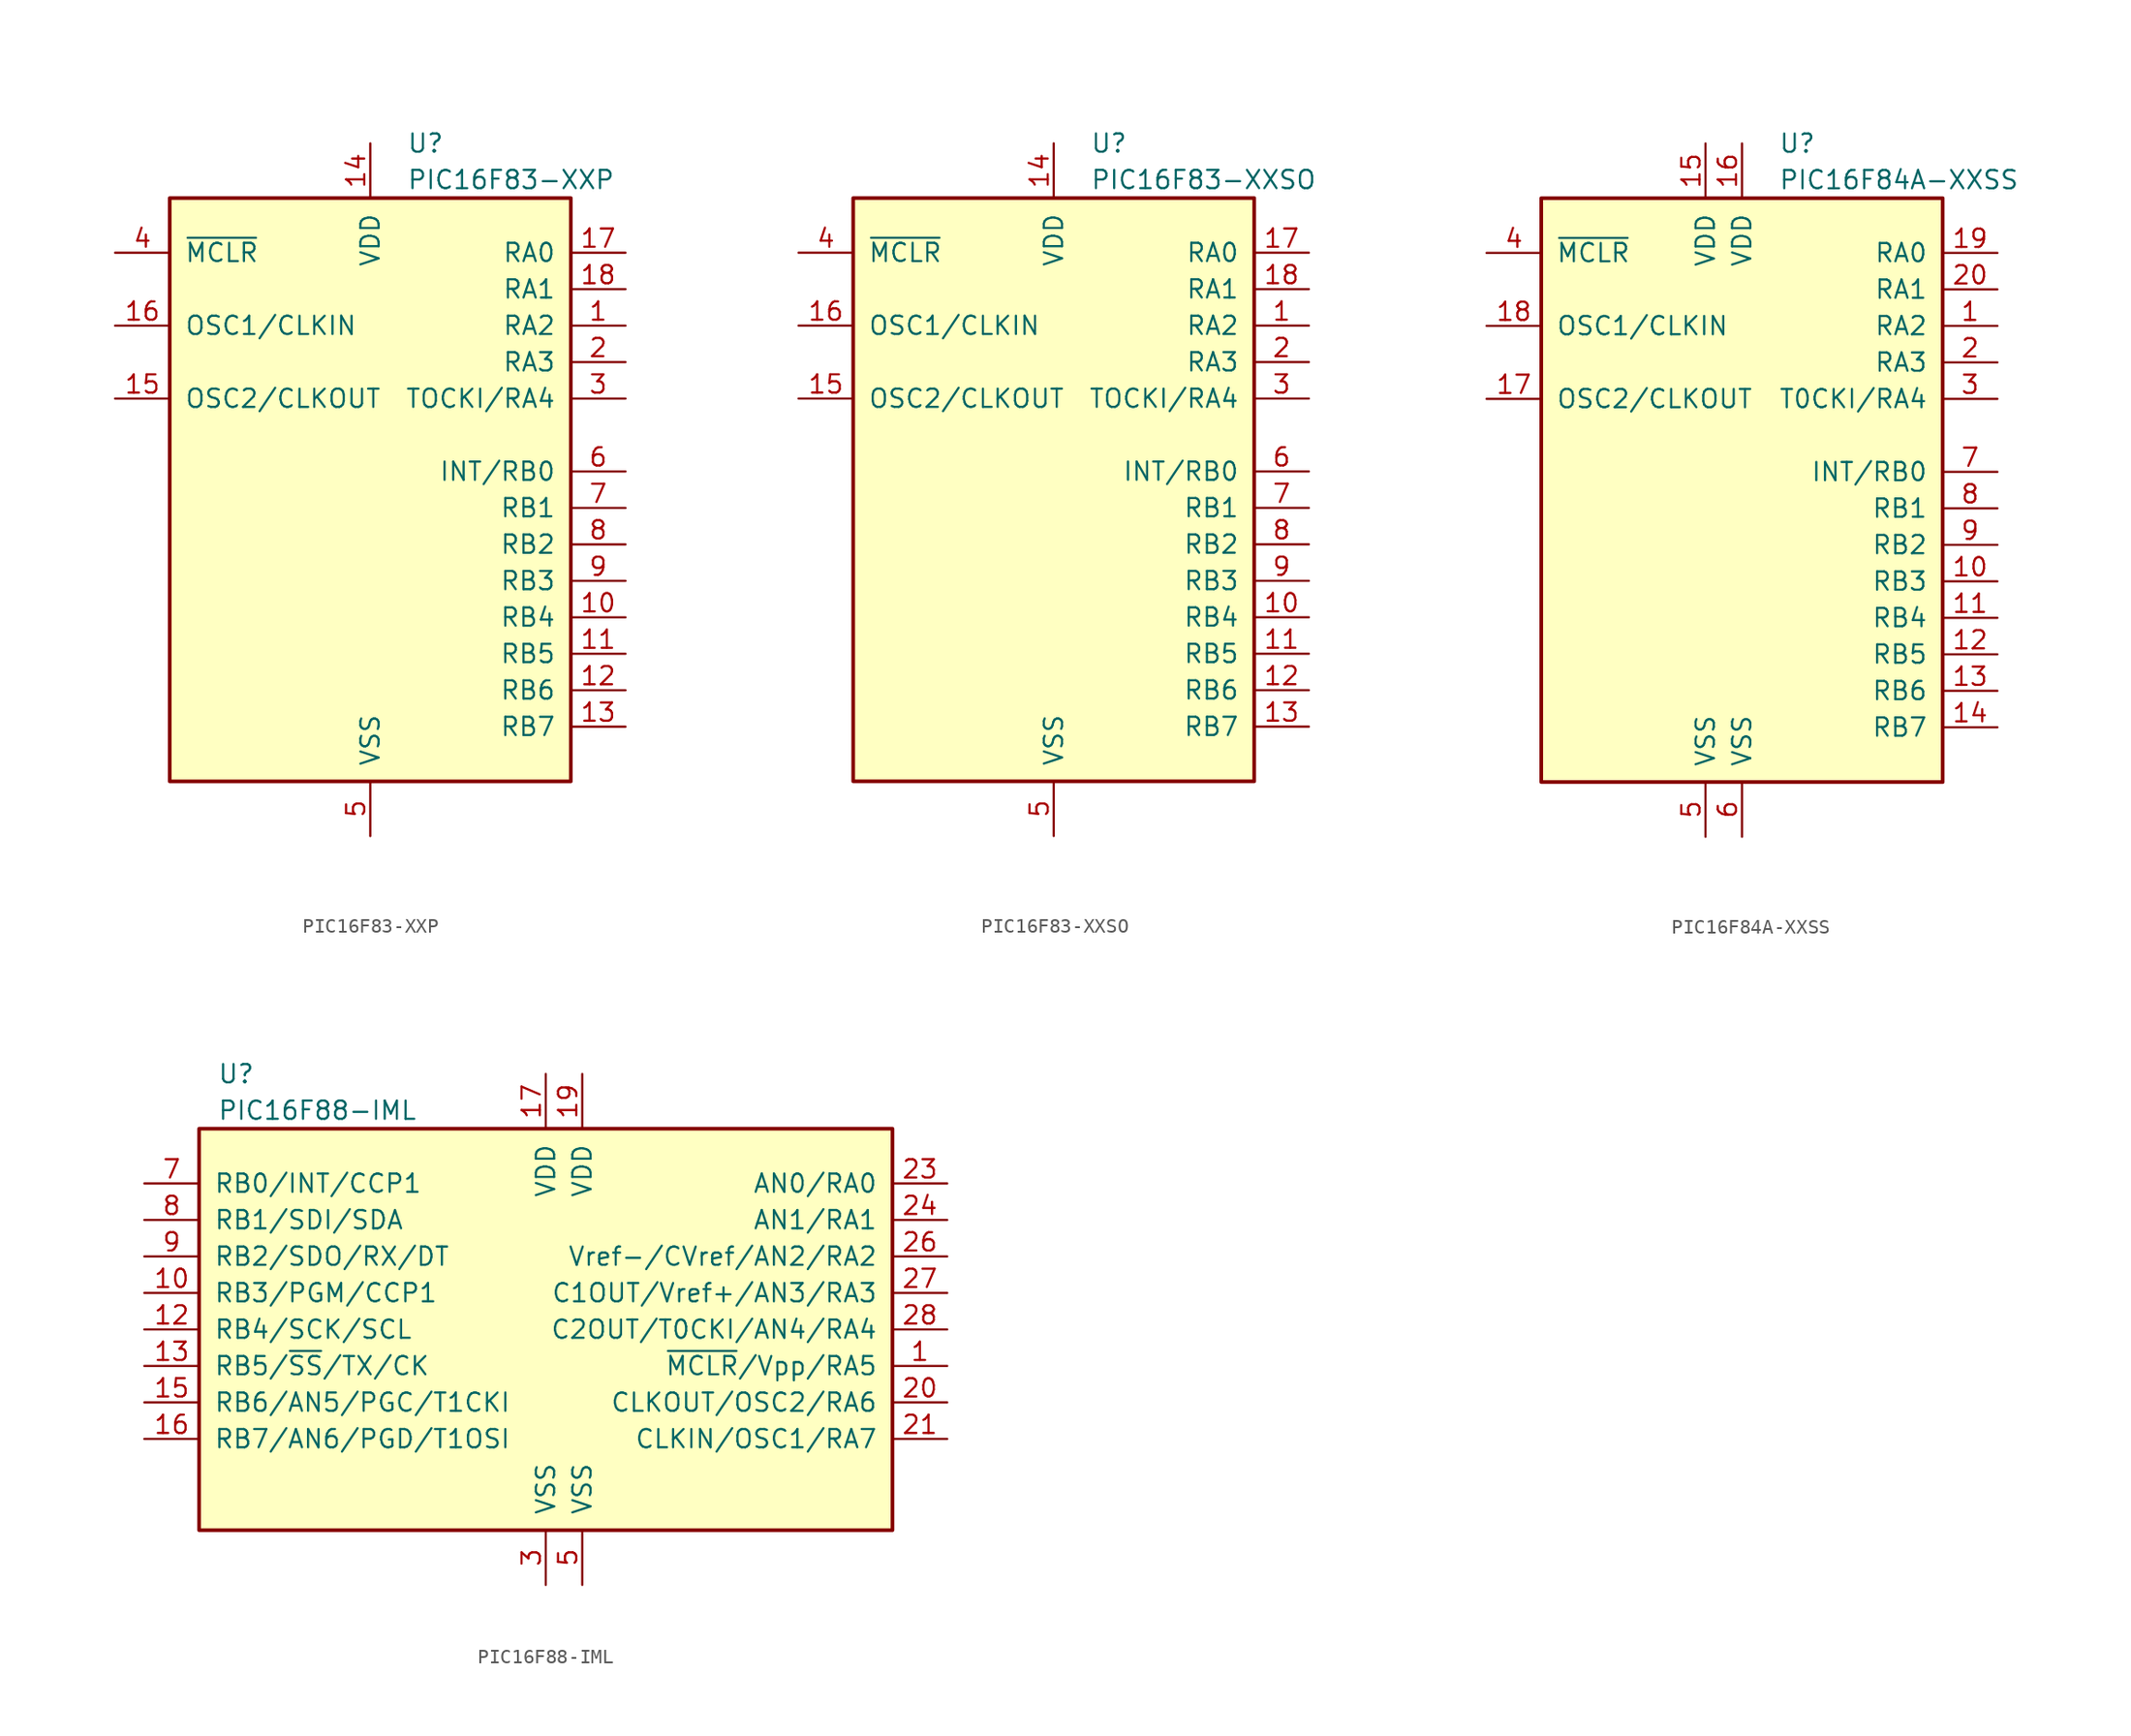
<source format=kicad_sym>
(kicad_symbol_lib
  (version 20211014)
  (generator kicad_symbol_editor)
  (symbol "PIC16F83-XXP"
    (pin_names
      (offset 1.016))
    (property "Reference" "U"
      (at 2.54 22.86 0)
      (effects (font (size 1.27 1.27)) (justify left)))
    (property "Value" "PIC16F83-XXP"
      (at 2.54 20.32 0)
      (effects (font (size 1.27 1.27)) (justify left)))
    (symbol "PIC16F83-XXP_0_1"
      (rectangle (start -13.97 19.05) (end 13.97 -21.59) (stroke (width 0.254) (type default) (color 0 0 0 0)) (fill (type background))))
    (symbol "PIC16F83-XXP_1_1"
      (pin bidirectional line (at 17.78 10.16 180) (length 3.81) (name "RA2" (effects (font (size 1.27 1.27)))) (number "1" (effects (font (size 1.27 1.27)))))
      (pin bidirectional line (at 17.78 -10.16 180) (length 3.81) (name "RB4" (effects (font (size 1.27 1.27)))) (number "10" (effects (font (size 1.27 1.27)))))
      (pin bidirectional line (at 17.78 -12.7 180) (length 3.81) (name "RB5" (effects (font (size 1.27 1.27)))) (number "11" (effects (font (size 1.27 1.27)))))
      (pin bidirectional line (at 17.78 -15.24 180) (length 3.81) (name "RB6" (effects (font (size 1.27 1.27)))) (number "12" (effects (font (size 1.27 1.27)))))
      (pin bidirectional line (at 17.78 -17.78 180) (length 3.81) (name "RB7" (effects (font (size 1.27 1.27)))) (number "13" (effects (font (size 1.27 1.27)))))
      (pin power_in line (at 0 22.86 270) (length 3.81) (name "VDD" (effects (font (size 1.27 1.27)))) (number "14" (effects (font (size 1.27 1.27)))))
      (pin output line (at -17.78 5.08 0) (length 3.81) (name "OSC2/CLKOUT" (effects (font (size 1.27 1.27)))) (number "15" (effects (font (size 1.27 1.27)))))
      (pin input line (at -17.78 10.16 0) (length 3.81) (name "OSC1/CLKIN" (effects (font (size 1.27 1.27)))) (number "16" (effects (font (size 1.27 1.27)))))
      (pin bidirectional line (at 17.78 15.24 180) (length 3.81) (name "RA0" (effects (font (size 1.27 1.27)))) (number "17" (effects (font (size 1.27 1.27)))))
      (pin bidirectional line (at 17.78 12.7 180) (length 3.81) (name "RA1" (effects (font (size 1.27 1.27)))) (number "18" (effects (font (size 1.27 1.27)))))
      (pin bidirectional line (at 17.78 7.62 180) (length 3.81) (name "RA3" (effects (font (size 1.27 1.27)))) (number "2" (effects (font (size 1.27 1.27)))))
      (pin bidirectional line (at 17.78 5.08 180) (length 3.81) (name "TOCKI/RA4" (effects (font (size 1.27 1.27)))) (number "3" (effects (font (size 1.27 1.27)))))
      (pin input line (at -17.78 15.24 0) (length 3.81) (name "~{MCLR}" (effects (font (size 1.27 1.27)))) (number "4" (effects (font (size 1.27 1.27)))))
      (pin power_in line (at 0 -25.4 90) (length 3.81) (name "VSS" (effects (font (size 1.27 1.27)))) (number "5" (effects (font (size 1.27 1.27)))))
      (pin bidirectional line (at 17.78 0 180) (length 3.81) (name "INT/RB0" (effects (font (size 1.27 1.27)))) (number "6" (effects (font (size 1.27 1.27)))))
      (pin bidirectional line (at 17.78 -2.54 180) (length 3.81) (name "RB1" (effects (font (size 1.27 1.27)))) (number "7" (effects (font (size 1.27 1.27)))))
      (pin bidirectional line (at 17.78 -5.08 180) (length 3.81) (name "RB2" (effects (font (size 1.27 1.27)))) (number "8" (effects (font (size 1.27 1.27)))))
      (pin bidirectional line (at 17.78 -7.62 180) (length 3.81) (name "RB3" (effects (font (size 1.27 1.27)))) (number "9" (effects (font (size 1.27 1.27)))))))
  (symbol "PIC16F83-XXSO"
    (pin_names
      (offset 1.016))
    (property "Reference" "U"
      (at 2.54 22.86 0)
      (effects (font (size 1.27 1.27)) (justify left)))
    (property "Value" "PIC16F83-XXSO"
      (at 2.54 20.32 0)
      (effects (font (size 1.27 1.27)) (justify left)))
    (symbol "PIC16F83-XXSO_0_1"
      (rectangle (start -13.97 19.05) (end 13.97 -21.59) (stroke (width 0.254) (type default) (color 0 0 0 0)) (fill (type background))))
    (symbol "PIC16F83-XXSO_1_1"
      (pin bidirectional line (at 17.78 10.16 180) (length 3.81) (name "RA2" (effects (font (size 1.27 1.27)))) (number "1" (effects (font (size 1.27 1.27)))))
      (pin bidirectional line (at 17.78 -10.16 180) (length 3.81) (name "RB4" (effects (font (size 1.27 1.27)))) (number "10" (effects (font (size 1.27 1.27)))))
      (pin bidirectional line (at 17.78 -12.7 180) (length 3.81) (name "RB5" (effects (font (size 1.27 1.27)))) (number "11" (effects (font (size 1.27 1.27)))))
      (pin bidirectional line (at 17.78 -15.24 180) (length 3.81) (name "RB6" (effects (font (size 1.27 1.27)))) (number "12" (effects (font (size 1.27 1.27)))))
      (pin bidirectional line (at 17.78 -17.78 180) (length 3.81) (name "RB7" (effects (font (size 1.27 1.27)))) (number "13" (effects (font (size 1.27 1.27)))))
      (pin power_in line (at 0 22.86 270) (length 3.81) (name "VDD" (effects (font (size 1.27 1.27)))) (number "14" (effects (font (size 1.27 1.27)))))
      (pin output line (at -17.78 5.08 0) (length 3.81) (name "OSC2/CLKOUT" (effects (font (size 1.27 1.27)))) (number "15" (effects (font (size 1.27 1.27)))))
      (pin input line (at -17.78 10.16 0) (length 3.81) (name "OSC1/CLKIN" (effects (font (size 1.27 1.27)))) (number "16" (effects (font (size 1.27 1.27)))))
      (pin bidirectional line (at 17.78 15.24 180) (length 3.81) (name "RA0" (effects (font (size 1.27 1.27)))) (number "17" (effects (font (size 1.27 1.27)))))
      (pin bidirectional line (at 17.78 12.7 180) (length 3.81) (name "RA1" (effects (font (size 1.27 1.27)))) (number "18" (effects (font (size 1.27 1.27)))))
      (pin bidirectional line (at 17.78 7.62 180) (length 3.81) (name "RA3" (effects (font (size 1.27 1.27)))) (number "2" (effects (font (size 1.27 1.27)))))
      (pin bidirectional line (at 17.78 5.08 180) (length 3.81) (name "TOCKI/RA4" (effects (font (size 1.27 1.27)))) (number "3" (effects (font (size 1.27 1.27)))))
      (pin input line (at -17.78 15.24 0) (length 3.81) (name "~{MCLR}" (effects (font (size 1.27 1.27)))) (number "4" (effects (font (size 1.27 1.27)))))
      (pin power_in line (at 0 -25.4 90) (length 3.81) (name "VSS" (effects (font (size 1.27 1.27)))) (number "5" (effects (font (size 1.27 1.27)))))
      (pin bidirectional line (at 17.78 0 180) (length 3.81) (name "INT/RB0" (effects (font (size 1.27 1.27)))) (number "6" (effects (font (size 1.27 1.27)))))
      (pin bidirectional line (at 17.78 -2.54 180) (length 3.81) (name "RB1" (effects (font (size 1.27 1.27)))) (number "7" (effects (font (size 1.27 1.27)))))
      (pin bidirectional line (at 17.78 -5.08 180) (length 3.81) (name "RB2" (effects (font (size 1.27 1.27)))) (number "8" (effects (font (size 1.27 1.27)))))
      (pin bidirectional line (at 17.78 -7.62 180) (length 3.81) (name "RB3" (effects (font (size 1.27 1.27)))) (number "9" (effects (font (size 1.27 1.27)))))))
  (symbol "PIC16F84A-XXSS"
    (pin_names
      (offset 1.016))
    (property "Reference" "U"
      (at 2.54 22.86 0)
      (effects (font (size 1.27 1.27)) (justify left)))
    (property "Value" "PIC16F84A-XXSS"
      (at 2.54 20.32 0)
      (effects (font (size 1.27 1.27)) (justify left)))
    (symbol "PIC16F84A-XXSS_0_1"
      (rectangle (start -13.97 19.05) (end 13.97 -21.59) (stroke (width 0.254) (type default) (color 0 0 0 0)) (fill (type background))))
    (symbol "PIC16F84A-XXSS_1_1"
      (pin bidirectional line (at 17.78 10.16 180) (length 3.81) (name "RA2" (effects (font (size 1.27 1.27)))) (number "1" (effects (font (size 1.27 1.27)))))
      (pin bidirectional line (at 17.78 -7.62 180) (length 3.81) (name "RB3" (effects (font (size 1.27 1.27)))) (number "10" (effects (font (size 1.27 1.27)))))
      (pin bidirectional line (at 17.78 -10.16 180) (length 3.81) (name "RB4" (effects (font (size 1.27 1.27)))) (number "11" (effects (font (size 1.27 1.27)))))
      (pin bidirectional line (at 17.78 -12.7 180) (length 3.81) (name "RB5" (effects (font (size 1.27 1.27)))) (number "12" (effects (font (size 1.27 1.27)))))
      (pin bidirectional line (at 17.78 -15.24 180) (length 3.81) (name "RB6" (effects (font (size 1.27 1.27)))) (number "13" (effects (font (size 1.27 1.27)))))
      (pin bidirectional line (at 17.78 -17.78 180) (length 3.81) (name "RB7" (effects (font (size 1.27 1.27)))) (number "14" (effects (font (size 1.27 1.27)))))
      (pin power_in line (at -2.54 22.86 270) (length 3.81) (name "VDD" (effects (font (size 1.27 1.27)))) (number "15" (effects (font (size 1.27 1.27)))))
      (pin power_in line (at 0 22.86 270) (length 3.81) (name "VDD" (effects (font (size 1.27 1.27)))) (number "16" (effects (font (size 1.27 1.27)))))
      (pin output line (at -17.78 5.08 0) (length 3.81) (name "OSC2/CLKOUT" (effects (font (size 1.27 1.27)))) (number "17" (effects (font (size 1.27 1.27)))))
      (pin input line (at -17.78 10.16 0) (length 3.81) (name "OSC1/CLKIN" (effects (font (size 1.27 1.27)))) (number "18" (effects (font (size 1.27 1.27)))))
      (pin bidirectional line (at 17.78 15.24 180) (length 3.81) (name "RA0" (effects (font (size 1.27 1.27)))) (number "19" (effects (font (size 1.27 1.27)))))
      (pin bidirectional line (at 17.78 7.62 180) (length 3.81) (name "RA3" (effects (font (size 1.27 1.27)))) (number "2" (effects (font (size 1.27 1.27)))))
      (pin bidirectional line (at 17.78 12.7 180) (length 3.81) (name "RA1" (effects (font (size 1.27 1.27)))) (number "20" (effects (font (size 1.27 1.27)))))
      (pin bidirectional line (at 17.78 5.08 180) (length 3.81) (name "T0CKI/RA4" (effects (font (size 1.27 1.27)))) (number "3" (effects (font (size 1.27 1.27)))))
      (pin input line (at -17.78 15.24 0) (length 3.81) (name "~{MCLR}" (effects (font (size 1.27 1.27)))) (number "4" (effects (font (size 1.27 1.27)))))
      (pin power_in line (at -2.54 -25.4 90) (length 3.81) (name "VSS" (effects (font (size 1.27 1.27)))) (number "5" (effects (font (size 1.27 1.27)))))
      (pin power_in line (at 0 -25.4 90) (length 3.81) (name "VSS" (effects (font (size 1.27 1.27)))) (number "6" (effects (font (size 1.27 1.27)))))
      (pin bidirectional line (at 17.78 0 180) (length 3.81) (name "INT/RB0" (effects (font (size 1.27 1.27)))) (number "7" (effects (font (size 1.27 1.27)))))
      (pin bidirectional line (at 17.78 -2.54 180) (length 3.81) (name "RB1" (effects (font (size 1.27 1.27)))) (number "8" (effects (font (size 1.27 1.27)))))
      (pin bidirectional line (at 17.78 -5.08 180) (length 3.81) (name "RB2" (effects (font (size 1.27 1.27)))) (number "9" (effects (font (size 1.27 1.27)))))))
  (symbol "PIC16F88-IML"
    (pin_names
      (offset 1.016))
    (property "Reference" "U"
      (at -22.86 17.78 0)
      (effects (font (size 1.27 1.27)) (justify left)))
    (property "Value" "PIC16F88-IML"
      (at -22.86 15.24 0)
      (effects (font (size 1.27 1.27)) (justify left)))
    (symbol "PIC16F88-IML_0_1"
      (rectangle (start 24.13 13.97) (end -24.13 -13.97) (stroke (width 0.254) (type default) (color 0 0 0 0)) (fill (type background))))
    (symbol "PIC16F88-IML_1_1"
      (pin input line (at 27.94 -2.54 180) (length 3.81) (name "~{MCLR}/Vpp/RA5" (effects (font (size 1.27 1.27)))) (number "1" (effects (font (size 1.27 1.27)))))
      (pin bidirectional line (at -27.94 2.54 0) (length 3.81) (name "RB3/PGM/CCP1" (effects (font (size 1.27 1.27)))) (number "10" (effects (font (size 1.27 1.27)))))
      (pin bidirectional line (at -27.94 0 0) (length 3.81) (name "RB4/SCK/SCL" (effects (font (size 1.27 1.27)))) (number "12" (effects (font (size 1.27 1.27)))))
      (pin bidirectional line (at -27.94 -2.54 0) (length 3.81) (name "RB5/~{SS}/TX/CK" (effects (font (size 1.27 1.27)))) (number "13" (effects (font (size 1.27 1.27)))))
      (pin bidirectional line (at -27.94 -5.08 0) (length 3.81) (name "RB6/AN5/PGC/T1CKI" (effects (font (size 1.27 1.27)))) (number "15" (effects (font (size 1.27 1.27)))))
      (pin bidirectional line (at -27.94 -7.62 0) (length 3.81) (name "RB7/AN6/PGD/T1OSI" (effects (font (size 1.27 1.27)))) (number "16" (effects (font (size 1.27 1.27)))))
      (pin power_in line (at 0 17.78 270) (length 3.81) (name "VDD" (effects (font (size 1.27 1.27)))) (number "17" (effects (font (size 1.27 1.27)))))
      (pin power_in line (at 2.54 17.78 270) (length 3.81) (name "VDD" (effects (font (size 1.27 1.27)))) (number "19" (effects (font (size 1.27 1.27)))))
      (pin bidirectional line (at 27.94 -5.08 180) (length 3.81) (name "CLKOUT/OSC2/RA6" (effects (font (size 1.27 1.27)))) (number "20" (effects (font (size 1.27 1.27)))))
      (pin bidirectional line (at 27.94 -7.62 180) (length 3.81) (name "CLKIN/OSC1/RA7" (effects (font (size 1.27 1.27)))) (number "21" (effects (font (size 1.27 1.27)))))
      (pin bidirectional line (at 27.94 10.16 180) (length 3.81) (name "AN0/RA0" (effects (font (size 1.27 1.27)))) (number "23" (effects (font (size 1.27 1.27)))))
      (pin bidirectional line (at 27.94 7.62 180) (length 3.81) (name "AN1/RA1" (effects (font (size 1.27 1.27)))) (number "24" (effects (font (size 1.27 1.27)))))
      (pin bidirectional line (at 27.94 5.08 180) (length 3.81) (name "Vref-/CVref/AN2/RA2" (effects (font (size 1.27 1.27)))) (number "26" (effects (font (size 1.27 1.27)))))
      (pin bidirectional line (at 27.94 2.54 180) (length 3.81) (name "C1OUT/Vref+/AN3/RA3" (effects (font (size 1.27 1.27)))) (number "27" (effects (font (size 1.27 1.27)))))
      (pin bidirectional line (at 27.94 0 180) (length 3.81) (name "C2OUT/T0CKI/AN4/RA4" (effects (font (size 1.27 1.27)))) (number "28" (effects (font (size 1.27 1.27)))))
      (pin power_in line (at 0 -17.78 90) (length 3.81) (name "VSS" (effects (font (size 1.27 1.27)))) (number "3" (effects (font (size 1.27 1.27)))))
      (pin power_in line (at 2.54 -17.78 90) (length 3.81) (name "VSS" (effects (font (size 1.27 1.27)))) (number "5" (effects (font (size 1.27 1.27)))))
      (pin bidirectional line (at -27.94 10.16 0) (length 3.81) (name "RB0/INT/CCP1" (effects (font (size 1.27 1.27)))) (number "7" (effects (font (size 1.27 1.27)))))
      (pin bidirectional line (at -27.94 7.62 0) (length 3.81) (name "RB1/SDI/SDA" (effects (font (size 1.27 1.27)))) (number "8" (effects (font (size 1.27 1.27)))))
      (pin bidirectional line (at -27.94 5.08 0) (length 3.81) (name "RB2/SDO/RX/DT" (effects (font (size 1.27 1.27)))) (number "9" (effects (font (size 1.27 1.27))))))))
</source>
